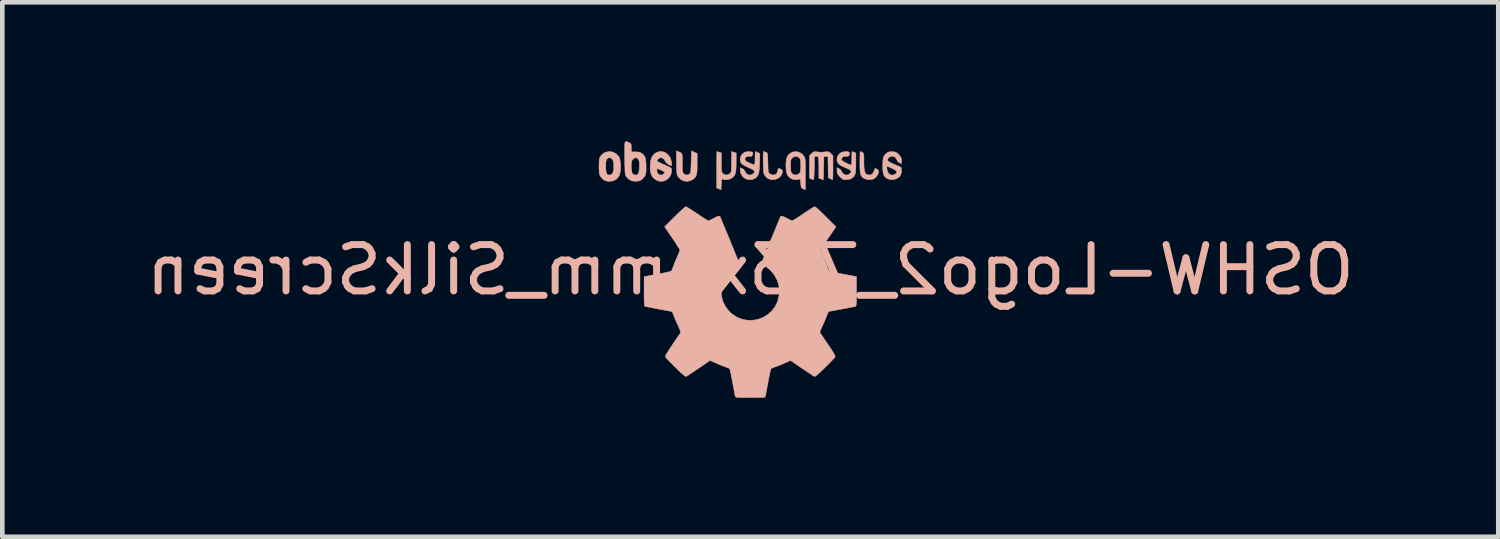
<source format=kicad_pcb>
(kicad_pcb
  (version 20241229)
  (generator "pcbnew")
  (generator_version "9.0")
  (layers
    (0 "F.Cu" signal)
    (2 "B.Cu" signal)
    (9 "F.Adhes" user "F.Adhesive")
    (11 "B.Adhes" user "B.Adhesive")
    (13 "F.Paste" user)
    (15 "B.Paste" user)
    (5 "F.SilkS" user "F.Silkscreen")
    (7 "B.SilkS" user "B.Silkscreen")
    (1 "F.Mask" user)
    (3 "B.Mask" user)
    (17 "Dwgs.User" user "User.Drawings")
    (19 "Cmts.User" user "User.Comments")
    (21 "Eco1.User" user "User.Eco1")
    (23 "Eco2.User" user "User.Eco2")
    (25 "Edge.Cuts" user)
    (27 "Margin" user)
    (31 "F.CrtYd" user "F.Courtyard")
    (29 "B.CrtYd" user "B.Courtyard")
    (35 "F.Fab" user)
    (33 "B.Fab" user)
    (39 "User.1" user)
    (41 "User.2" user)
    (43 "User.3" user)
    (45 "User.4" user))
  (footprint "OSHW-Logo2_7.3x6mm_SilkScreen"
    (layer "F.Cu")
    (at 13.149 2.776)
    (property "Reference" "OSHW-Logo2_7.3x6mm_SilkScreen" (at 0 0 0) (layer "B.SilkS") (effects (font (size 1 1) (thickness 0.15)) (justify mirror)))
    (attr exclude_from_pos_files exclude_from_bom)
    (fp_poly (pts (xy 2.653 -1.959) (xy 2.67 -1.966) (xy 2.711 -1.999) (xy 2.747 -2.047) (xy 2.769 -2.097) (xy 2.772 -2.122) (xy 2.76 -2.157) (xy 2.734 -2.175) (xy 2.706 -2.187) (xy 2.693 -2.189) (xy 2.687 -2.174) (xy 2.674 -2.141) (xy 2.669 -2.127) (xy 2.639 -2.076) (xy 2.595 -2.05) (xy 2.538 -2.051) (xy 2.534 -2.052) (xy 2.504 -2.067) (xy 2.481 -2.094) (xy 2.466 -2.139) (xy 2.457 -2.205) (xy 2.453 -2.294) (xy 2.453 -2.341) (xy 2.453 -2.416) (xy 2.452 -2.467) (xy 2.448 -2.499) (xy 2.442 -2.518) (xy 2.432 -2.529) (xy 2.417 -2.537) (xy 2.416 -2.538) (xy 2.387 -2.55) (xy 2.372 -2.555) (xy 2.37 -2.541) (xy 2.368 -2.503) (xy 2.367 -2.446) (xy 2.366 -2.374) (xy 2.366 -2.322) (xy 2.367 -2.22) (xy 2.37 -2.143) (xy 2.377 -2.086) (xy 2.389 -2.045) (xy 2.407 -2.014) (xy 2.432 -1.99) (xy 2.457 -1.973) (xy 2.517 -1.951) (xy 2.587 -1.946) (xy 2.653 -1.959)) (stroke (width 0.01) (type solid)) (fill yes) (layer "B.SilkS"))
    (fp_poly (pts (xy -1.284 -1.928) (xy -1.237 -1.955) (xy -1.205 -1.981) (xy -1.181 -2.009) (xy -1.165 -2.044) (xy -1.155 -2.089) (xy -1.149 -2.151) (xy -1.147 -2.234) (xy -1.147 -2.293) (xy -1.147 -2.512) (xy -1.208 -2.54) (xy -1.27 -2.568) (xy -1.277 -2.328) (xy -1.28 -2.238) (xy -1.283 -2.173) (xy -1.287 -2.128) (xy -1.293 -2.099) (xy -1.3 -2.081) (xy -1.31 -2.07) (xy -1.313 -2.067) (xy -1.36 -2.048) (xy -1.408 -2.056) (xy -1.437 -2.076) (xy -1.449 -2.09) (xy -1.457 -2.108) (xy -1.462 -2.136) (xy -1.465 -2.179) (xy -1.466 -2.242) (xy -1.466 -2.307) (xy -1.466 -2.389) (xy -1.467 -2.447) (xy -1.472 -2.486) (xy -1.482 -2.512) (xy -1.499 -2.528) (xy -1.525 -2.541) (xy -1.56 -2.554) (xy -1.598 -2.569) (xy -1.594 -2.311) (xy -1.592 -2.219) (xy -1.59 -2.15) (xy -1.587 -2.101) (xy -1.582 -2.066) (xy -1.575 -2.042) (xy -1.566 -2.022) (xy -1.554 -2.005) (xy -1.499 -1.95) (xy -1.431 -1.918) (xy -1.357 -1.91) (xy -1.284 -1.928)) (stroke (width 0.01) (type solid)) (fill yes) (layer "B.SilkS"))
    (fp_poly (pts (xy 0.53 -1.95) (xy 0.596 -1.974) (xy 0.649 -2.017) (xy 0.67 -2.047) (xy 0.693 -2.103) (xy 0.692 -2.143) (xy 0.669 -2.17) (xy 0.66 -2.175) (xy 0.622 -2.189) (xy 0.602 -2.185) (xy 0.595 -2.161) (xy 0.595 -2.148) (xy 0.583 -2.099) (xy 0.551 -2.065) (xy 0.508 -2.048) (xy 0.459 -2.053) (xy 0.419 -2.074) (xy 0.405 -2.087) (xy 0.396 -2.101) (xy 0.389 -2.124) (xy 0.385 -2.159) (xy 0.383 -2.212) (xy 0.381 -2.288) (xy 0.38 -2.312) (xy 0.378 -2.394) (xy 0.376 -2.451) (xy 0.372 -2.49) (xy 0.367 -2.513) (xy 0.359 -2.526) (xy 0.347 -2.535) (xy 0.339 -2.538) (xy 0.307 -2.55) (xy 0.288 -2.555) (xy 0.282 -2.541) (xy 0.278 -2.5) (xy 0.277 -2.431) (xy 0.278 -2.334) (xy 0.278 -2.319) (xy 0.28 -2.23) (xy 0.283 -2.165) (xy 0.286 -2.119) (xy 0.292 -2.087) (xy 0.3 -2.064) (xy 0.311 -2.044) (xy 0.317 -2.035) (xy 0.35 -1.998) (xy 0.388 -1.969) (xy 0.392 -1.966) (xy 0.459 -1.946) (xy 0.53 -1.95)) (stroke (width 0.01) (type solid)) (fill yes) (layer "B.SilkS"))
    (fp_poly (pts (xy -0.624 -1.851) (xy -0.62 -1.911) (xy -0.615 -1.946) (xy -0.608 -1.961) (xy -0.598 -1.961) (xy -0.595 -1.959) (xy -0.552 -1.946) (xy -0.497 -1.947) (xy -0.44 -1.96) (xy -0.405 -1.978) (xy -0.369 -2.006) (xy -0.342 -2.038) (xy -0.324 -2.078) (xy -0.313 -2.132) (xy -0.307 -2.204) (xy -0.305 -2.299) (xy -0.305 -2.317) (xy -0.305 -2.523) (xy -0.351 -2.539) (xy -0.383 -2.549) (xy -0.401 -2.554) (xy -0.401 -2.555) (xy -0.403 -2.541) (xy -0.405 -2.503) (xy -0.406 -2.446) (xy -0.406 -2.375) (xy -0.406 -2.332) (xy -0.407 -2.247) (xy -0.408 -2.186) (xy -0.41 -2.144) (xy -0.415 -2.117) (xy -0.422 -2.098) (xy -0.433 -2.085) (xy -0.44 -2.078) (xy -0.487 -2.051) (xy -0.538 -2.049) (xy -0.584 -2.072) (xy -0.593 -2.08) (xy -0.605 -2.095) (xy -0.614 -2.114) (xy -0.619 -2.14) (xy -0.622 -2.18) (xy -0.624 -2.238) (xy -0.624 -2.318) (xy -0.624 -2.523) (xy -0.67 -2.539) (xy -0.702 -2.549) (xy -0.72 -2.554) (xy -0.721 -2.555) (xy -0.722 -2.541) (xy -0.723 -2.501) (xy -0.724 -2.441) (xy -0.725 -2.362) (xy -0.726 -2.269) (xy -0.726 -2.167) (xy -0.726 -1.769) (xy -0.679 -1.749) (xy -0.631 -1.73) (xy -0.624 -1.851)) (stroke (width 0.01) (type solid)) (fill yes) (layer "B.SilkS"))
    (fp_poly (pts (xy 1.78 -1.959) (xy 1.782 -1.997) (xy 1.784 -2.055) (xy 1.785 -2.128) (xy 1.785 -2.205) (xy 1.785 -2.465) (xy 1.739 -2.511) (xy 1.708 -2.539) (xy 1.68 -2.551) (xy 1.642 -2.55) (xy 1.627 -2.548) (xy 1.58 -2.543) (xy 1.541 -2.54) (xy 1.531 -2.54) (xy 1.499 -2.541) (xy 1.453 -2.546) (xy 1.436 -2.548) (xy 1.392 -2.552) (xy 1.363 -2.544) (xy 1.334 -2.521) (xy 1.323 -2.511) (xy 1.277 -2.465) (xy 1.277 -1.979) (xy 1.314 -1.962) (xy 1.346 -1.949) (xy 1.365 -1.945) (xy 1.369 -1.959) (xy 1.374 -1.997) (xy 1.378 -2.056) (xy 1.381 -2.132) (xy 1.382 -2.195) (xy 1.386 -2.446) (xy 1.421 -2.451) (xy 1.452 -2.447) (xy 1.468 -2.436) (xy 1.472 -2.415) (xy 1.476 -2.371) (xy 1.478 -2.309) (xy 1.48 -2.235) (xy 1.48 -2.197) (xy 1.48 -1.977) (xy 1.526 -1.961) (xy 1.559 -1.95) (xy 1.576 -1.945) (xy 1.577 -1.945) (xy 1.578 -1.959) (xy 1.58 -1.997) (xy 1.582 -2.054) (xy 1.584 -2.127) (xy 1.585 -2.195) (xy 1.589 -2.446) (xy 1.676 -2.446) (xy 1.68 -2.217) (xy 1.684 -1.989) (xy 1.727 -1.967) (xy 1.758 -1.952) (xy 1.777 -1.945) (xy 1.777 -1.945) (xy 1.78 -1.959)) (stroke (width 0.01) (type solid)) (fill yes) (layer "B.SilkS"))
    (fp_poly (pts (xy -2.959 -1.922) (xy -2.891 -1.958) (xy -2.841 -2.015) (xy -2.823 -2.052) (xy -2.809 -2.108) (xy -2.802 -2.178) (xy -2.801 -2.255) (xy -2.807 -2.33) (xy -2.818 -2.394) (xy -2.834 -2.441) (xy -2.839 -2.449) (xy -2.9 -2.509) (xy -2.971 -2.545) (xy -3.049 -2.555) (xy -3.127 -2.539) (xy -3.149 -2.529) (xy -3.192 -2.499) (xy -3.229 -2.459) (xy -3.233 -2.454) (xy -3.247 -2.43) (xy -3.257 -2.404) (xy -3.262 -2.37) (xy -3.265 -2.321) (xy -3.266 -2.251) (xy -3.266 -2.235) (xy -3.266 -2.23) (xy -3.121 -2.23) (xy -3.12 -2.296) (xy -3.116 -2.34) (xy -3.109 -2.369) (xy -3.098 -2.388) (xy -3.092 -2.395) (xy -3.057 -2.42) (xy -3.023 -2.419) (xy -2.989 -2.397) (xy -2.969 -2.374) (xy -2.957 -2.34) (xy -2.95 -2.288) (xy -2.949 -2.281) (xy -2.948 -2.186) (xy -2.96 -2.114) (xy -2.985 -2.068) (xy -3.023 -2.048) (xy -3.037 -2.047) (xy -3.073 -2.052) (xy -3.097 -2.072) (xy -3.112 -2.109) (xy -3.119 -2.168) (xy -3.121 -2.23) (xy -3.266 -2.23) (xy -3.265 -2.16) (xy -3.263 -2.108) (xy -3.258 -2.072) (xy -3.249 -2.045) (xy -3.236 -2.022) (xy -3.233 -2.017) (xy -3.184 -1.958) (xy -3.13 -1.924) (xy -3.064 -1.91) (xy -3.042 -1.91) (xy -2.959 -1.922)) (stroke (width 0.01) (type solid)) (fill yes) (layer "B.SilkS"))
    (fp_poly (pts (xy 3.154 -1.967) (xy 3.211 -2.004) (xy 3.239 -2.038) (xy 3.261 -2.099) (xy 3.262 -2.147) (xy 3.258 -2.212) (xy 3.11 -2.277) (xy 3.037 -2.31) (xy 2.99 -2.337) (xy 2.966 -2.36) (xy 2.961 -2.383) (xy 2.975 -2.407) (xy 2.99 -2.424) (xy 3.034 -2.45) (xy 3.081 -2.452) (xy 3.125 -2.432) (xy 3.157 -2.391) (xy 3.163 -2.376) (xy 3.191 -2.331) (xy 3.222 -2.312) (xy 3.266 -2.296) (xy 3.266 -2.358) (xy 3.262 -2.4) (xy 3.247 -2.436) (xy 3.215 -2.477) (xy 3.211 -2.482) (xy 3.176 -2.519) (xy 3.145 -2.538) (xy 3.108 -2.547) (xy 3.076 -2.55) (xy 3.02 -2.551) (xy 2.981 -2.542) (xy 2.956 -2.528) (xy 2.917 -2.497) (xy 2.89 -2.465) (xy 2.873 -2.423) (xy 2.863 -2.368) (xy 2.86 -2.291) (xy 2.859 -2.253) (xy 2.86 -2.206) (xy 2.948 -2.206) (xy 2.949 -2.231) (xy 2.952 -2.235) (xy 2.968 -2.23) (xy 3.004 -2.215) (xy 3.052 -2.194) (xy 3.062 -2.19) (xy 3.123 -2.159) (xy 3.157 -2.132) (xy 3.164 -2.106) (xy 3.146 -2.08) (xy 3.132 -2.069) (xy 3.079 -2.046) (xy 3.03 -2.05) (xy 2.989 -2.078) (xy 2.961 -2.127) (xy 2.952 -2.166) (xy 2.948 -2.206) (xy 2.86 -2.206) (xy 2.861 -2.162) (xy 2.868 -2.095) (xy 2.882 -2.047) (xy 2.904 -2.011) (xy 2.937 -1.983) (xy 2.951 -1.973) (xy 3.015 -1.95) (xy 3.085 -1.948) (xy 3.154 -1.967)) (stroke (width 0.01) (type solid)) (fill yes) (layer "B.SilkS"))
    (fp_poly (pts (xy 1.19 -2.065) (xy 1.19 -2.174) (xy 1.189 -2.257) (xy 1.188 -2.32) (xy 1.185 -2.365) (xy 1.181 -2.397) (xy 1.175 -2.421) (xy 1.167 -2.439) (xy 1.161 -2.449) (xy 1.112 -2.506) (xy 1.049 -2.541) (xy 0.98 -2.554) (xy 0.911 -2.542) (xy 0.869 -2.522) (xy 0.826 -2.485) (xy 0.796 -2.441) (xy 0.779 -2.383) (xy 0.77 -2.306) (xy 0.769 -2.25) (xy 0.769 -2.246) (xy 0.871 -2.246) (xy 0.871 -2.311) (xy 0.874 -2.354) (xy 0.881 -2.382) (xy 0.893 -2.402) (xy 0.906 -2.417) (xy 0.953 -2.447) (xy 1.004 -2.449) (xy 1.051 -2.425) (xy 1.055 -2.421) (xy 1.071 -2.404) (xy 1.081 -2.383) (xy 1.086 -2.352) (xy 1.088 -2.305) (xy 1.089 -2.252) (xy 1.088 -2.185) (xy 1.085 -2.141) (xy 1.078 -2.112) (xy 1.066 -2.091) (xy 1.057 -2.08) (xy 1.013 -2.052) (xy 0.962 -2.049) (xy 0.914 -2.07) (xy 0.904 -2.078) (xy 0.889 -2.096) (xy 0.879 -2.117) (xy 0.873 -2.148) (xy 0.871 -2.196) (xy 0.871 -2.246) (xy 0.769 -2.246) (xy 0.773 -2.159) (xy 0.785 -2.09) (xy 0.807 -2.039) (xy 0.842 -1.998) (xy 0.869 -1.978) (xy 0.919 -1.956) (xy 0.976 -1.945) (xy 1.03 -1.948) (xy 1.06 -1.959) (xy 1.071 -1.962) (xy 1.079 -1.951) (xy 1.084 -1.919) (xy 1.089 -1.871) (xy 1.093 -1.817) (xy 1.099 -1.784) (xy 1.111 -1.766) (xy 1.131 -1.754) (xy 1.143 -1.748) (xy 1.19 -1.729) (xy 1.19 -2.065)) (stroke (width 0.01) (type solid)) (fill yes) (layer "B.SilkS"))
    (fp_poly (pts (xy -1.832 -1.931) (xy -1.774 -1.97) (xy -1.73 -2.025) (xy -1.704 -2.096) (xy -1.698 -2.148) (xy -1.699 -2.17) (xy -1.704 -2.187) (xy -1.718 -2.201) (xy -1.745 -2.218) (xy -1.79 -2.239) (xy -1.857 -2.269) (xy -1.858 -2.27) (xy -1.92 -2.298) (xy -1.97 -2.323) (xy -2.005 -2.342) (xy -2.017 -2.353) (xy -2.017 -2.353) (xy -2.006 -2.376) (xy -1.98 -2.402) (xy -1.949 -2.42) (xy -1.934 -2.424) (xy -1.891 -2.411) (xy -1.855 -2.379) (xy -1.837 -2.345) (xy -1.82 -2.319) (xy -1.787 -2.29) (xy -1.748 -2.264) (xy -1.713 -2.25) (xy -1.706 -2.25) (xy -1.698 -2.262) (xy -1.697 -2.294) (xy -1.703 -2.337) (xy -1.715 -2.383) (xy -1.73 -2.423) (xy -1.731 -2.424) (xy -1.777 -2.489) (xy -1.837 -2.533) (xy -1.906 -2.555) (xy -1.976 -2.552) (xy -2.044 -2.524) (xy -2.047 -2.522) (xy -2.101 -2.473) (xy -2.136 -2.41) (xy -2.155 -2.327) (xy -2.158 -2.304) (xy -2.162 -2.194) (xy -2.157 -2.143) (xy -2.017 -2.143) (xy -2.016 -2.175) (xy -2.006 -2.184) (xy -1.981 -2.177) (xy -1.942 -2.161) (xy -1.899 -2.14) (xy -1.898 -2.139) (xy -1.861 -2.12) (xy -1.846 -2.107) (xy -1.85 -2.093) (xy -1.865 -2.076) (xy -1.904 -2.05) (xy -1.946 -2.048) (xy -1.984 -2.067) (xy -2.01 -2.103) (xy -2.017 -2.143) (xy -2.157 -2.143) (xy -2.153 -2.106) (xy -2.128 -2.036) (xy -2.095 -1.987) (xy -2.033 -1.938) (xy -1.966 -1.913) (xy -1.897 -1.912) (xy -1.832 -1.931)) (stroke (width 0.01) (type solid)) (fill yes) (layer "B.SilkS"))
    (fp_poly (pts (xy 0.04 -1.951) (xy 0.097 -1.972) (xy 0.097 -1.972) (xy 0.132 -1.998) (xy 0.158 -2.029) (xy 0.177 -2.068) (xy 0.189 -2.121) (xy 0.196 -2.194) (xy 0.2 -2.289) (xy 0.201 -2.303) (xy 0.206 -2.509) (xy 0.162 -2.532) (xy 0.13 -2.547) (xy 0.11 -2.554) (xy 0.11 -2.555) (xy 0.106 -2.541) (xy 0.104 -2.505) (xy 0.102 -2.451) (xy 0.102 -2.408) (xy 0.102 -2.339) (xy 0.098 -2.295) (xy 0.087 -2.274) (xy 0.064 -2.273) (xy 0.022 -2.289) (xy -0.04 -2.318) (xy -0.086 -2.342) (xy -0.109 -2.363) (xy -0.116 -2.386) (xy -0.116 -2.387) (xy -0.105 -2.426) (xy -0.071 -2.447) (xy -0.019 -2.451) (xy 0.018 -2.45) (xy 0.038 -2.461) (xy 0.05 -2.487) (xy 0.057 -2.519) (xy 0.047 -2.538) (xy 0.043 -2.541) (xy 0.007 -2.551) (xy -0.043 -2.553) (xy -0.095 -2.546) (xy -0.132 -2.533) (xy -0.183 -2.49) (xy -0.212 -2.429) (xy -0.218 -2.382) (xy -0.213 -2.34) (xy -0.198 -2.305) (xy -0.166 -2.275) (xy -0.115 -2.244) (xy -0.041 -2.209) (xy -0.036 -2.207) (xy 0.031 -2.176) (xy 0.072 -2.151) (xy 0.09 -2.128) (xy 0.086 -2.105) (xy 0.063 -2.078) (xy 0.056 -2.072) (xy 0.009 -2.048) (xy -0.04 -2.049) (xy -0.082 -2.072) (xy -0.111 -2.116) (xy -0.113 -2.124) (xy -0.139 -2.165) (xy -0.171 -2.185) (xy -0.218 -2.205) (xy -0.218 -2.154) (xy -0.204 -2.08) (xy -0.161 -2.012) (xy -0.139 -1.99) (xy -0.089 -1.961) (xy -0.026 -1.947) (xy 0.04 -1.951)) (stroke (width 0.01) (type solid)) (fill yes) (layer "B.SilkS"))
    (fp_poly (pts (xy -2.4 -1.92) (xy -2.345 -1.948) (xy -2.296 -1.998) (xy -2.282 -2.017) (xy -2.268 -2.042) (xy -2.258 -2.069) (xy -2.253 -2.105) (xy -2.25 -2.156) (xy -2.25 -2.224) (xy -2.252 -2.318) (xy -2.261 -2.388) (xy -2.277 -2.44) (xy -2.303 -2.48) (xy -2.34 -2.513) (xy -2.342 -2.515) (xy -2.379 -2.535) (xy -2.422 -2.545) (xy -2.478 -2.547) (xy -2.569 -2.547) (xy -2.569 -2.635) (xy -2.57 -2.684) (xy -2.575 -2.713) (xy -2.588 -2.73) (xy -2.614 -2.745) (xy -2.62 -2.748) (xy -2.649 -2.762) (xy -2.672 -2.77) (xy -2.688 -2.771) (xy -2.7 -2.761) (xy -2.707 -2.737) (xy -2.712 -2.696) (xy -2.713 -2.636) (xy -2.713 -2.553) (xy -2.712 -2.445) (xy -2.711 -2.413) (xy -2.71 -2.302) (xy -2.709 -2.229) (xy -2.569 -2.229) (xy -2.568 -2.29) (xy -2.565 -2.331) (xy -2.557 -2.358) (xy -2.543 -2.378) (xy -2.533 -2.388) (xy -2.495 -2.418) (xy -2.46 -2.42) (xy -2.425 -2.396) (xy -2.424 -2.395) (xy -2.409 -2.376) (xy -2.401 -2.351) (xy -2.396 -2.312) (xy -2.395 -2.252) (xy -2.395 -2.238) (xy -2.398 -2.156) (xy -2.409 -2.099) (xy -2.429 -2.064) (xy -2.458 -2.048) (xy -2.476 -2.047) (xy -2.516 -2.054) (xy -2.544 -2.078) (xy -2.561 -2.123) (xy -2.568 -2.191) (xy -2.569 -2.229) (xy -2.709 -2.229) (xy -2.708 -2.215) (xy -2.706 -2.15) (xy -2.704 -2.103) (xy -2.7 -2.069) (xy -2.694 -2.045) (xy -2.687 -2.028) (xy -2.677 -2.012) (xy -2.673 -2.006) (xy -2.619 -1.951) (xy -2.55 -1.92) (xy -2.47 -1.911) (xy -2.4 -1.92)) (stroke (width 0.01) (type solid)) (fill yes) (layer "B.SilkS"))
    (fp_poly (pts (xy 2.145 -1.956) (xy 2.187 -1.975) (xy 2.219 -1.998) (xy 2.244 -2.024) (xy 2.26 -2.057) (xy 2.271 -2.103) (xy 2.276 -2.165) (xy 2.279 -2.249) (xy 2.279 -2.305) (xy 2.279 -2.521) (xy 2.242 -2.538) (xy 2.213 -2.55) (xy 2.198 -2.555) (xy 2.195 -2.541) (xy 2.193 -2.505) (xy 2.192 -2.452) (xy 2.192 -2.409) (xy 2.19 -2.348) (xy 2.187 -2.3) (xy 2.182 -2.271) (xy 2.178 -2.264) (xy 2.153 -2.271) (xy 2.112 -2.287) (xy 2.066 -2.309) (xy 2.021 -2.333) (xy 1.986 -2.355) (xy 1.97 -2.37) (xy 1.97 -2.37) (xy 1.971 -2.397) (xy 1.984 -2.423) (xy 2.006 -2.444) (xy 2.038 -2.451) (xy 2.065 -2.451) (xy 2.104 -2.45) (xy 2.124 -2.459) (xy 2.136 -2.483) (xy 2.138 -2.488) (xy 2.143 -2.522) (xy 2.129 -2.543) (xy 2.092 -2.552) (xy 2.052 -2.554) (xy 1.981 -2.541) (xy 1.943 -2.521) (xy 1.898 -2.476) (xy 1.873 -2.42) (xy 1.871 -2.361) (xy 1.892 -2.306) (xy 1.923 -2.271) (xy 1.953 -2.252) (xy 2.002 -2.228) (xy 2.058 -2.203) (xy 2.068 -2.199) (xy 2.13 -2.172) (xy 2.166 -2.148) (xy 2.177 -2.124) (xy 2.167 -2.097) (xy 2.148 -2.076) (xy 2.104 -2.05) (xy 2.056 -2.048) (xy 2.012 -2.068) (xy 1.981 -2.108) (xy 1.977 -2.118) (xy 1.952 -2.156) (xy 1.917 -2.184) (xy 1.872 -2.207) (xy 1.872 -2.141) (xy 1.875 -2.102) (xy 1.886 -2.07) (xy 1.911 -2.036) (xy 1.935 -2.01) (xy 1.972 -1.974) (xy 2.001 -1.954) (xy 2.033 -1.946) (xy 2.068 -1.945) (xy 2.145 -1.956)) (stroke (width 0.01) (type solid)) (fill yes) (layer "B.SilkS"))
    (fp_poly (pts (xy 0.104 2.758) (xy 0.182 2.757) (xy 0.239 2.756) (xy 0.278 2.754) (xy 0.303 2.75) (xy 0.316 2.744) (xy 0.323 2.737) (xy 0.326 2.726) (xy 0.327 2.725) (xy 0.332 2.701) (xy 0.341 2.653) (xy 0.353 2.587) (xy 0.368 2.508) (xy 0.385 2.42) (xy 0.385 2.417) (xy 0.401 2.331) (xy 0.417 2.255) (xy 0.43 2.194) (xy 0.44 2.152) (xy 0.446 2.133) (xy 0.447 2.133) (xy 0.465 2.124) (xy 0.502 2.109) (xy 0.551 2.091) (xy 0.552 2.091) (xy 0.613 2.068) (xy 0.686 2.038) (xy 0.754 2.008) (xy 0.757 2.007) (xy 0.869 1.956) (xy 1.115 2.125) (xy 1.191 2.176) (xy 1.26 2.222) (xy 1.317 2.26) (xy 1.359 2.287) (xy 1.383 2.301) (xy 1.385 2.302) (xy 1.402 2.298) (xy 1.434 2.275) (xy 1.481 2.235) (xy 1.546 2.174) (xy 1.612 2.11) (xy 1.676 2.046) (xy 1.733 1.989) (xy 1.78 1.94) (xy 1.814 1.904) (xy 1.83 1.884) (xy 1.831 1.883) (xy 1.833 1.869) (xy 1.826 1.847) (xy 1.809 1.814) (xy 1.779 1.765) (xy 1.737 1.699) (xy 1.679 1.614) (xy 1.629 1.54) (xy 1.583 1.473) (xy 1.546 1.417) (xy 1.519 1.378) (xy 1.506 1.357) (xy 1.505 1.356) (xy 1.507 1.336) (xy 1.519 1.298) (xy 1.54 1.248) (xy 1.547 1.232) (xy 1.58 1.162) (xy 1.614 1.082) (xy 1.642 1.012) (xy 1.663 0.961) (xy 1.679 0.922) (xy 1.688 0.901) (xy 1.689 0.9) (xy 1.706 0.897) (xy 1.746 0.89) (xy 1.804 0.879) (xy 1.875 0.866) (xy 1.952 0.852) (xy 2.032 0.837) (xy 2.107 0.822) (xy 2.174 0.809) (xy 2.227 0.799) (xy 2.26 0.792) (xy 2.268 0.79) (xy 2.276 0.785) (xy 2.283 0.774) (xy 2.287 0.754) (xy 2.29 0.72) (xy 2.292 0.67) (xy 2.293 0.599) (xy 2.293 0.504) (xy 2.293 0.465) (xy 2.293 0.147) (xy 2.217 0.132) (xy 2.175 0.124) (xy 2.111 0.112) (xy 2.035 0.098) (xy 1.953 0.083) (xy 1.93 0.079) (xy 1.855 0.064) (xy 1.789 0.049) (xy 1.738 0.037) (xy 1.709 0.027) (xy 1.704 0.024) (xy 1.691 0.003) (xy 1.674 -0.038) (xy 1.655 -0.09) (xy 1.651 -0.102) (xy 1.625 -0.172) (xy 1.594 -0.25) (xy 1.563 -0.321) (xy 1.563 -0.322) (xy 1.511 -0.433) (xy 1.68 -0.681) (xy 1.849 -0.93) (xy 1.632 -1.147) (xy 1.567 -1.212) (xy 1.507 -1.269) (xy 1.456 -1.315) (xy 1.418 -1.348) (xy 1.396 -1.363) (xy 1.392 -1.364) (xy 1.374 -1.356) (xy 1.335 -1.335) (xy 1.281 -1.301) (xy 1.216 -1.259) (xy 1.146 -1.212) (xy 1.075 -1.164) (xy 1.011 -1.122) (xy 0.959 -1.089) (xy 0.923 -1.067) (xy 0.907 -1.06) (xy 0.887 -1.066) (xy 0.85 -1.083) (xy 0.803 -1.107) (xy 0.798 -1.11) (xy 0.734 -1.142) (xy 0.69 -1.158) (xy 0.663 -1.158) (xy 0.649 -1.143) (xy 0.649 -1.143) (xy 0.642 -1.126) (xy 0.625 -1.085) (xy 0.6 -1.024) (xy 0.567 -0.945) (xy 0.529 -0.852) (xy 0.486 -0.748) (xy 0.444 -0.648) (xy 0.399 -0.537) (xy 0.357 -0.434) (xy 0.32 -0.342) (xy 0.289 -0.265) (xy 0.266 -0.206) (xy 0.251 -0.167) (xy 0.247 -0.153) (xy 0.258 -0.136) (xy 0.287 -0.11) (xy 0.326 -0.081) (xy 0.437 0.011) (xy 0.523 0.116) (xy 0.585 0.233) (xy 0.62 0.358) (xy 0.628 0.49) (xy 0.622 0.552) (xy 0.591 0.678) (xy 0.538 0.79) (xy 0.466 0.886) (xy 0.378 0.965) (xy 0.278 1.026) (xy 0.168 1.067) (xy 0.053 1.089) (xy -0.065 1.088) (xy -0.181 1.066) (xy -0.294 1.019) (xy -0.4 0.948) (xy -0.444 0.908) (xy -0.528 0.805) (xy -0.587 0.692) (xy -0.62 0.573) (xy -0.629 0.451) (xy -0.613 0.329) (xy -0.573 0.211) (xy -0.51 0.1) (xy -0.423 -0.002) (xy -0.326 -0.081) (xy -0.286 -0.111) (xy -0.257 -0.137) (xy -0.247 -0.153) (xy -0.252 -0.17) (xy -0.267 -0.21) (xy -0.291 -0.272) (xy -0.323 -0.35) (xy -0.36 -0.443) (xy -0.403 -0.546) (xy -0.444 -0.648) (xy -0.49 -0.759) (xy -0.533 -0.862) (xy -0.571 -0.953) (xy -0.603 -1.03) (xy -0.627 -1.09) (xy -0.643 -1.129) (xy -0.649 -1.143) (xy -0.663 -1.158) (xy -0.69 -1.158) (xy -0.734 -1.142) (xy -0.797 -1.11) (xy -0.798 -1.11) (xy -0.845 -1.085) (xy -0.884 -1.067) (xy -0.906 -1.06) (xy -0.907 -1.06) (xy -0.923 -1.067) (xy -0.96 -1.089) (xy -1.012 -1.122) (xy -1.075 -1.164) (xy -1.146 -1.212) (xy -1.218 -1.26) (xy -1.283 -1.302) (xy -1.336 -1.335) (xy -1.374 -1.357) (xy -1.392 -1.364) (xy -1.409 -1.354) (xy -1.443 -1.327) (xy -1.49 -1.284) (xy -1.547 -1.231) (xy -1.612 -1.168) (xy -1.633 -1.147) (xy -1.85 -0.93) (xy -1.684 -0.687) (xy -1.634 -0.613) (xy -1.59 -0.546) (xy -1.555 -0.491) (xy -1.53 -0.451) (xy -1.519 -0.43) (xy -1.519 -0.429) (xy -1.525 -0.409) (xy -1.54 -0.37) (xy -1.562 -0.317) (xy -1.578 -0.282) (xy -1.607 -0.215) (xy -1.635 -0.147) (xy -1.656 -0.09) (xy -1.662 -0.073) (xy -1.679 -0.026) (xy -1.695 0.01) (xy -1.704 0.024) (xy -1.723 0.032) (xy -1.766 0.044) (xy -1.826 0.058) (xy -1.898 0.073) (xy -1.93 0.079) (xy -2.012 0.094) (xy -2.091 0.108) (xy -2.159 0.121) (xy -2.208 0.13) (xy -2.217 0.132) (xy -2.293 0.147) (xy -2.293 0.465) (xy -2.293 0.569) (xy -2.292 0.648) (xy -2.291 0.705) (xy -2.288 0.744) (xy -2.284 0.769) (xy -2.279 0.782) (xy -2.271 0.789) (xy -2.268 0.79) (xy -2.249 0.794) (xy -2.207 0.802) (xy -2.148 0.814) (xy -2.077 0.828) (xy -1.999 0.843) (xy -1.92 0.858) (xy -1.845 0.872) (xy -1.779 0.884) (xy -1.727 0.894) (xy -1.696 0.899) (xy -1.689 0.9) (xy -1.683 0.912) (xy -1.669 0.946) (xy -1.65 0.994) (xy -1.642 1.012) (xy -1.613 1.085) (xy -1.578 1.165) (xy -1.547 1.232) (xy -1.525 1.284) (xy -1.51 1.326) (xy -1.504 1.352) (xy -1.505 1.356) (xy -1.516 1.372) (xy -1.54 1.409) (xy -1.576 1.461) (xy -1.62 1.526) (xy -1.67 1.6) (xy -1.68 1.614) (xy -1.738 1.7) (xy -1.78 1.766) (xy -1.809 1.814) (xy -1.826 1.847) (xy -1.833 1.869) (xy -1.831 1.883) (xy -1.831 1.883) (xy -1.816 1.901) (xy -1.785 1.935) (xy -1.739 1.983) (xy -1.683 2.04) (xy -1.62 2.103) (xy -1.612 2.11) (xy -1.533 2.187) (xy -1.471 2.244) (xy -1.427 2.281) (xy -1.398 2.3) (xy -1.385 2.302) (xy -1.367 2.292) (xy -1.328 2.267) (xy -1.274 2.231) (xy -1.207 2.187) (xy -1.133 2.137) (xy -1.115 2.125) (xy -0.869 1.956) (xy -0.757 2.007) (xy -0.69 2.036) (xy -0.617 2.066) (xy -0.554 2.09) (xy -0.552 2.091) (xy -0.503 2.109) (xy -0.465 2.124) (xy -0.447 2.133) (xy -0.447 2.133) (xy -0.441 2.149) (xy -0.431 2.19) (xy -0.418 2.25) (xy -0.403 2.325) (xy -0.386 2.41) (xy -0.385 2.417) (xy -0.369 2.505) (xy -0.354 2.585) (xy -0.341 2.651) (xy -0.332 2.7) (xy -0.327 2.725) (xy -0.327 2.725) (xy -0.323 2.736) (xy -0.317 2.744) (xy -0.305 2.75) (xy -0.281 2.753) (xy -0.244 2.756) (xy -0.19 2.757) (xy -0.114 2.758) (xy -0.013 2.758) (xy 0 2.758) (xy 0.104 2.758)) (stroke (width 0.01) (type solid)) (fill yes) (layer "B.SilkS")))
  (gr_rect
    (start -3 -3)
    (end 29.298 8.539)
    (stroke (width 0.1) (type default))
    (fill no)
    (layer "Edge.Cuts")))
</source>
